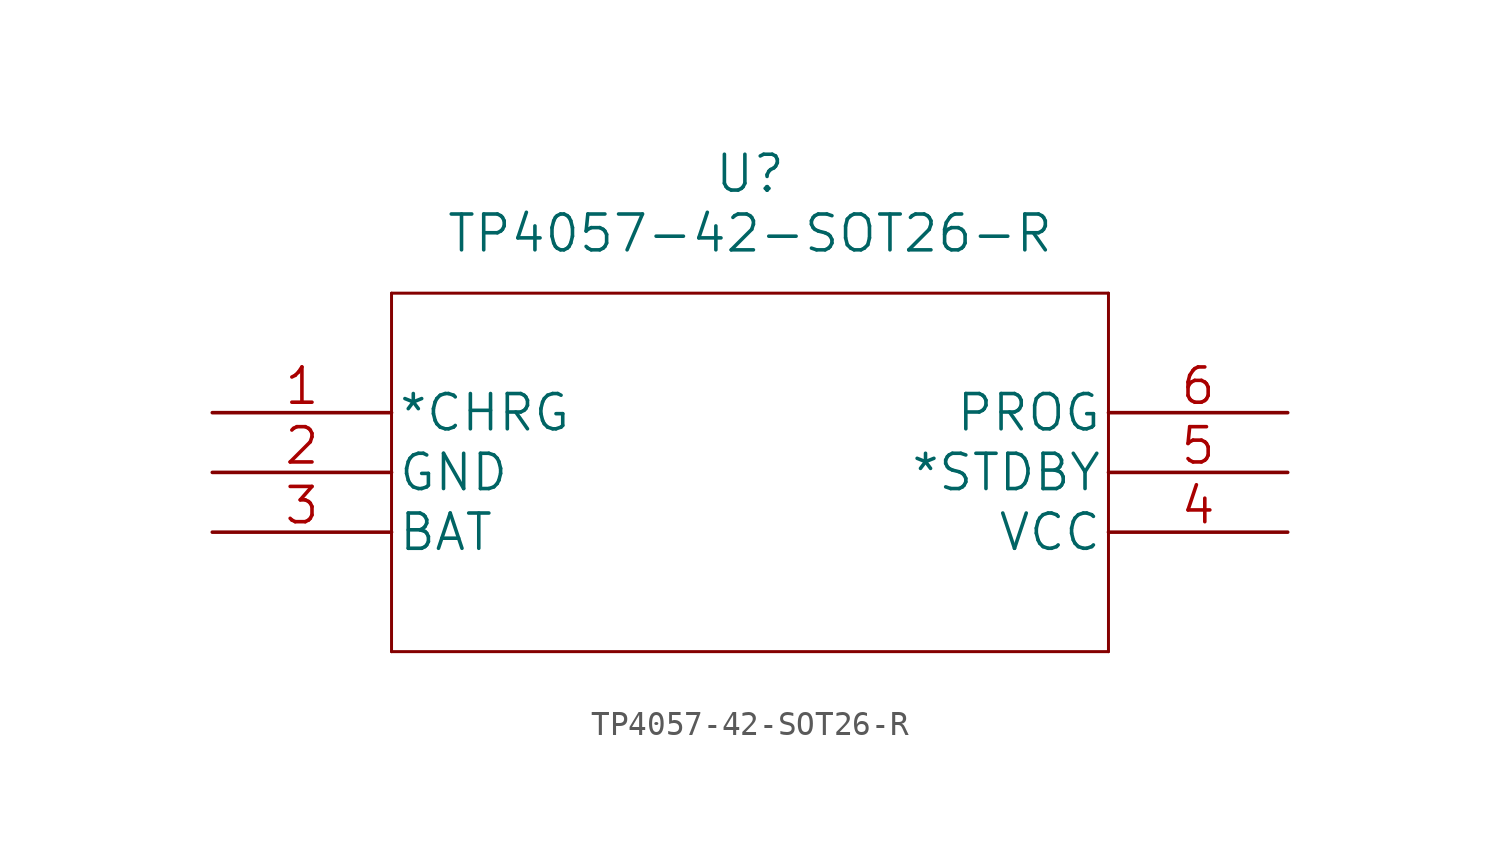
<source format=kicad_sym>
(kicad_symbol_lib
  (version 20211014)
  (generator kicad_symbol_editor)
  (symbol "TP4057-42-SOT26-R"
    (pin_names
      (offset 0.254))
    (property "Reference" "U"
      (at 22.86 10.16 0)
      (effects (font (size 1.524 1.524))))
    (property "Value" "TP4057-42-SOT26-R"
      (at 22.86 7.62 0)
      (effects (font (size 1.524 1.524))))
    (property "Datasheet" ""
      (at 0 0 0)
      (effects (font (size 1.524 1.524))))
    (property "ki_locked" ""
      (at 0 0 0)
      (effects (font (size 1.27 1.27))))
    (symbol "TP4057-42-SOT26-R_1_1"
      (polyline (pts (xy 7.62 -10.16) (xy 38.1 -10.16)) (stroke (width 0.127) (type default) (color 0 0 0 0)) (fill (type none)))
      (polyline (pts (xy 7.62 5.08) (xy 7.62 -10.16)) (stroke (width 0.127) (type default) (color 0 0 0 0)) (fill (type none)))
      (polyline (pts (xy 38.1 -10.16) (xy 38.1 5.08)) (stroke (width 0.127) (type default) (color 0 0 0 0)) (fill (type none)))
      (polyline (pts (xy 38.1 5.08) (xy 7.62 5.08)) (stroke (width 0.127) (type default) (color 0 0 0 0)) (fill (type none)))
      (pin unspecified line (at 0 0 0) (length 7.62) (name "*CHRG" (effects (font (size 1.499 1.499)))) (number "1" (effects (font (size 1.499 1.499)))))
      (pin power_in line (at 0 -2.54 0) (length 7.62) (name "GND" (effects (font (size 1.499 1.499)))) (number "2" (effects (font (size 1.499 1.499)))))
      (pin unspecified line (at 0 -5.08 0) (length 7.62) (name "BAT" (effects (font (size 1.499 1.499)))) (number "3" (effects (font (size 1.499 1.499)))))
      (pin power_in line (at 45.72 -5.08 180) (length 7.62) (name "VCC" (effects (font (size 1.499 1.499)))) (number "4" (effects (font (size 1.499 1.499)))))
      (pin unspecified line (at 45.72 -2.54 180) (length 7.62) (name "*STDBY" (effects (font (size 1.499 1.499)))) (number "5" (effects (font (size 1.499 1.499)))))
      (pin unspecified line (at 45.72 0 180) (length 7.62) (name "PROG" (effects (font (size 1.499 1.499)))) (number "6" (effects (font (size 1.499 1.499))))))))
</source>
